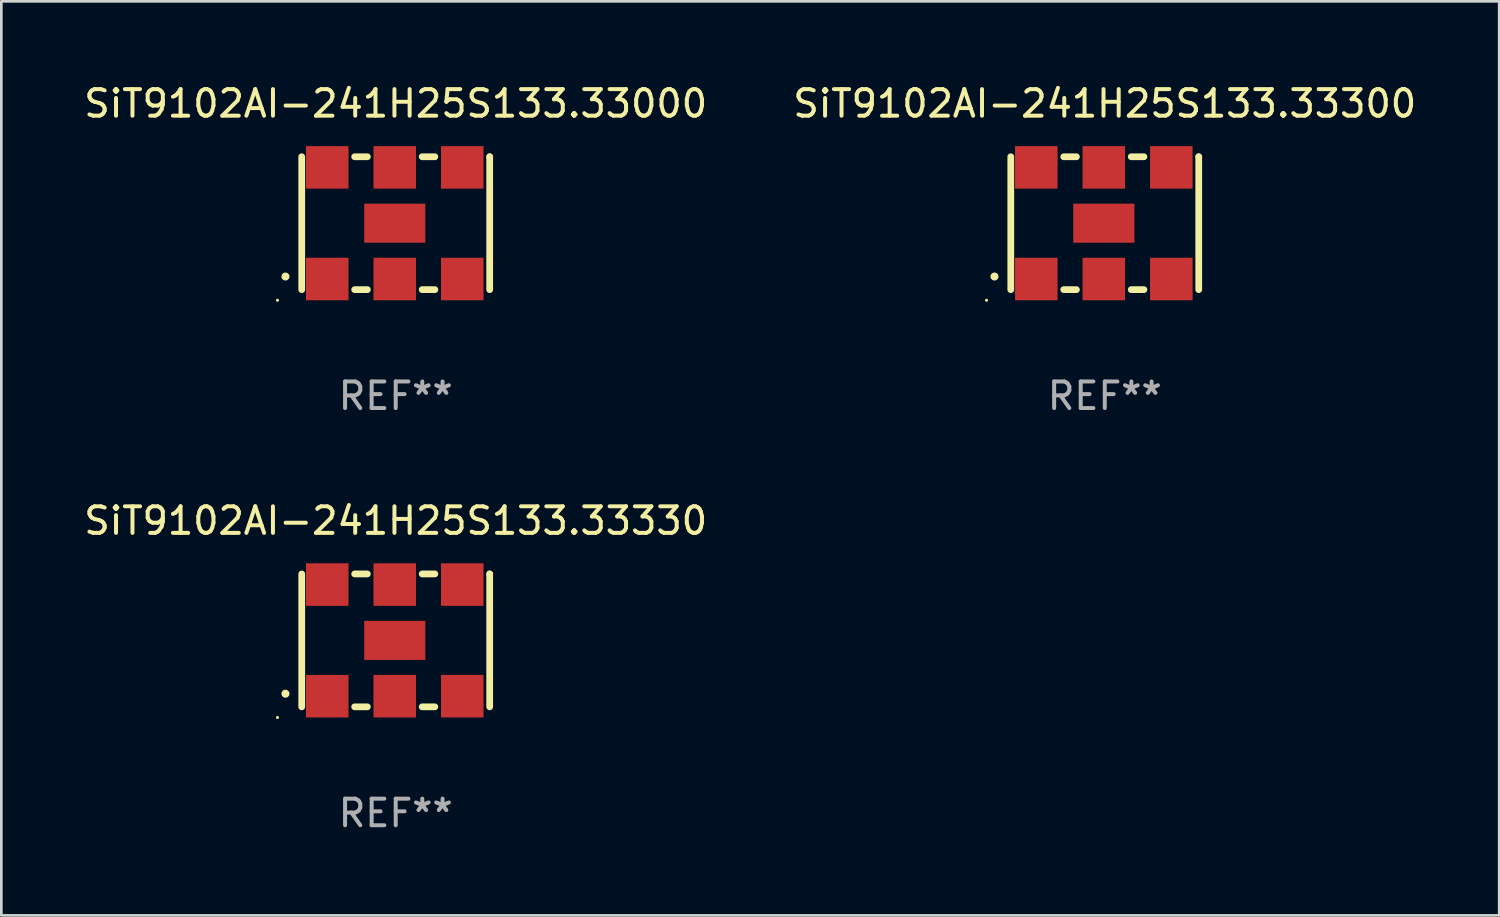
<source format=kicad_pcb>
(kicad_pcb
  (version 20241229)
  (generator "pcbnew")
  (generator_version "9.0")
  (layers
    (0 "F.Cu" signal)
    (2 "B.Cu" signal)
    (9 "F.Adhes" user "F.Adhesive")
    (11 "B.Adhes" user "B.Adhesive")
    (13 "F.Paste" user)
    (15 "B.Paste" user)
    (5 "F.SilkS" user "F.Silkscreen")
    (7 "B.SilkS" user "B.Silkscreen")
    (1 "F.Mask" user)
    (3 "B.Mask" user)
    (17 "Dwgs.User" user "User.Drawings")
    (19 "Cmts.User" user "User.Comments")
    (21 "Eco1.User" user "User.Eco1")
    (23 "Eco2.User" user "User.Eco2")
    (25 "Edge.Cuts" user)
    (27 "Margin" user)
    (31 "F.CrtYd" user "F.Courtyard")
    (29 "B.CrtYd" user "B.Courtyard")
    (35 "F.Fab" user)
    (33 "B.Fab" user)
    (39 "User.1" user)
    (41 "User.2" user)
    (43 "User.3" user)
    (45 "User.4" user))
  (footprint "SiT9102AI-241H25S133.33300"
    (layer "F.Cu")
    (at 38.518 5.348)
    (property "Reference" "SiT9102AI-241H25S133.33300" (at 0 -4.5 0) (layer "F.SilkS") (effects (font (size 1 1) (thickness 0.15))))
    (attr through_hole)
    (fp_line (start -3.536 -2.5) (end -3.536 2.5) (stroke (width 0.254) (type solid)) (layer "F.SilkS"))
    (fp_line (start -1.544 2.5) (end -1.067 2.5) (stroke (width 0.254) (type solid)) (layer "F.SilkS"))
    (fp_line (start -1.067 -2.5) (end -1.544 -2.5) (stroke (width 0.254) (type solid)) (layer "F.SilkS"))
    (fp_line (start 0.996 2.5) (end 1.473 2.5) (stroke (width 0.254) (type solid)) (layer "F.SilkS"))
    (fp_line (start 1.473 -2.5) (end 0.996 -2.5) (stroke (width 0.254) (type solid)) (layer "F.SilkS"))
    (fp_line (start 3.536 -2.5) (end 3.536 -2.5) (stroke (width 0.254) (type solid)) (layer "F.SilkS"))
    (fp_line (start 3.536 2.5) (end 3.536 -2.5) (stroke (width 0.254) (type solid)) (layer "F.SilkS"))
    (fp_arc (start -4.150432 2.006604) (mid -4.149162 2.006599) (end -4.147892 2.006604) (stroke (width 0.3) (type solid)) (layer "F.SilkS"))
    (fp_circle (center -4.449 2.9) (end -4.419 2.9) (stroke (width 0.06) (type solid)) (fill no) (layer "F.SilkS"))
    (fp_text user "REF**" (at 0 6.5 0) (layer "F.Fab") (effects (font (size 1 1) (thickness 0.15))))
    (pad "1" smd rect (at -2.576 2.1) (size 1.6 1.6) (layers "F.Cu" "F.Mask" "F.Paste"))
    (pad "2" smd rect (at -0.036 2.1) (size 1.6 1.6) (layers "F.Cu" "F.Mask" "F.Paste"))
    (pad "3" smd rect (at 2.504 2.1) (size 1.6 1.6) (layers "F.Cu" "F.Mask" "F.Paste"))
    (pad "4" smd rect (at 2.504 -2.1) (size 1.6 1.6) (layers "F.Cu" "F.Mask" "F.Paste"))
    (pad "5" smd rect (at -0.036 -2.1) (size 1.6 1.6) (layers "F.Cu" "F.Mask" "F.Paste"))
    (pad "6" smd rect (at -2.576 -2.1) (size 1.6 1.6) (layers "F.Cu" "F.Mask" "F.Paste"))
    (pad "7" smd rect (at -0.036 0) (size 2.3 1.47) (layers "F.Cu" "F.Mask" "F.Paste")))
  (footprint "SiT9102AI-241H25S133.33000"
    (layer "F.Cu")
    (at 11.839 5.348)
    (property "Reference" "SiT9102AI-241H25S133.33000" (at 0 -4.5 0) (layer "F.SilkS") (effects (font (size 1 1) (thickness 0.15))))
    (attr through_hole)
    (fp_line (start -3.536 -2.5) (end -3.536 2.5) (stroke (width 0.254) (type solid)) (layer "F.SilkS"))
    (fp_line (start -1.544 2.5) (end -1.067 2.5) (stroke (width 0.254) (type solid)) (layer "F.SilkS"))
    (fp_line (start -1.067 -2.5) (end -1.544 -2.5) (stroke (width 0.254) (type solid)) (layer "F.SilkS"))
    (fp_line (start 0.996 2.5) (end 1.473 2.5) (stroke (width 0.254) (type solid)) (layer "F.SilkS"))
    (fp_line (start 1.473 -2.5) (end 0.996 -2.5) (stroke (width 0.254) (type solid)) (layer "F.SilkS"))
    (fp_line (start 3.536 -2.5) (end 3.536 -2.5) (stroke (width 0.254) (type solid)) (layer "F.SilkS"))
    (fp_line (start 3.536 2.5) (end 3.536 -2.5) (stroke (width 0.254) (type solid)) (layer "F.SilkS"))
    (fp_arc (start -4.150432 2.006604) (mid -4.149162 2.006599) (end -4.147892 2.006604) (stroke (width 0.3) (type solid)) (layer "F.SilkS"))
    (fp_circle (center -4.449 2.9) (end -4.419 2.9) (stroke (width 0.06) (type solid)) (fill no) (layer "F.SilkS"))
    (fp_text user "REF**" (at 0 6.5 0) (layer "F.Fab") (effects (font (size 1 1) (thickness 0.15))))
    (pad "1" smd rect (at -2.576 2.1) (size 1.6 1.6) (layers "F.Cu" "F.Mask" "F.Paste"))
    (pad "2" smd rect (at -0.036 2.1) (size 1.6 1.6) (layers "F.Cu" "F.Mask" "F.Paste"))
    (pad "3" smd rect (at 2.504 2.1) (size 1.6 1.6) (layers "F.Cu" "F.Mask" "F.Paste"))
    (pad "4" smd rect (at 2.504 -2.1) (size 1.6 1.6) (layers "F.Cu" "F.Mask" "F.Paste"))
    (pad "5" smd rect (at -0.036 -2.1) (size 1.6 1.6) (layers "F.Cu" "F.Mask" "F.Paste"))
    (pad "6" smd rect (at -2.576 -2.1) (size 1.6 1.6) (layers "F.Cu" "F.Mask" "F.Paste"))
    (pad "7" smd rect (at -0.036 0) (size 2.3 1.47) (layers "F.Cu" "F.Mask" "F.Paste")))
  (footprint "SiT9102AI-241H25S133.33330"
    (layer "F.Cu")
    (at 11.839 21.045)
    (property "Reference" "SiT9102AI-241H25S133.33330" (at 0 -4.5 0) (layer "F.SilkS") (effects (font (size 1 1) (thickness 0.15))))
    (attr through_hole)
    (fp_line (start -3.536 -2.5) (end -3.536 2.5) (stroke (width 0.254) (type solid)) (layer "F.SilkS"))
    (fp_line (start -1.544 2.5) (end -1.067 2.5) (stroke (width 0.254) (type solid)) (layer "F.SilkS"))
    (fp_line (start -1.067 -2.5) (end -1.544 -2.5) (stroke (width 0.254) (type solid)) (layer "F.SilkS"))
    (fp_line (start 0.996 2.5) (end 1.473 2.5) (stroke (width 0.254) (type solid)) (layer "F.SilkS"))
    (fp_line (start 1.473 -2.5) (end 0.996 -2.5) (stroke (width 0.254) (type solid)) (layer "F.SilkS"))
    (fp_line (start 3.536 -2.5) (end 3.536 -2.5) (stroke (width 0.254) (type solid)) (layer "F.SilkS"))
    (fp_line (start 3.536 2.5) (end 3.536 -2.5) (stroke (width 0.254) (type solid)) (layer "F.SilkS"))
    (fp_arc (start -4.150432 2.006604) (mid -4.149162 2.006599) (end -4.147892 2.006604) (stroke (width 0.3) (type solid)) (layer "F.SilkS"))
    (fp_circle (center -4.449 2.9) (end -4.419 2.9) (stroke (width 0.06) (type solid)) (fill no) (layer "F.SilkS"))
    (fp_text user "REF**" (at 0 6.5 0) (layer "F.Fab") (effects (font (size 1 1) (thickness 0.15))))
    (pad "1" smd rect (at -2.576 2.1) (size 1.6 1.6) (layers "F.Cu" "F.Mask" "F.Paste"))
    (pad "2" smd rect (at -0.036 2.1) (size 1.6 1.6) (layers "F.Cu" "F.Mask" "F.Paste"))
    (pad "3" smd rect (at 2.504 2.1) (size 1.6 1.6) (layers "F.Cu" "F.Mask" "F.Paste"))
    (pad "4" smd rect (at 2.504 -2.1) (size 1.6 1.6) (layers "F.Cu" "F.Mask" "F.Paste"))
    (pad "5" smd rect (at -0.036 -2.1) (size 1.6 1.6) (layers "F.Cu" "F.Mask" "F.Paste"))
    (pad "6" smd rect (at -2.576 -2.1) (size 1.6 1.6) (layers "F.Cu" "F.Mask" "F.Paste"))
    (pad "7" smd rect (at -0.036 0) (size 2.3 1.47) (layers "F.Cu" "F.Mask" "F.Paste")))
  (gr_rect
    (start -3 -3)
    (end 53.357 31.393)
    (stroke (width 0.1) (type default))
    (fill no)
    (layer "Edge.Cuts")))
</source>
